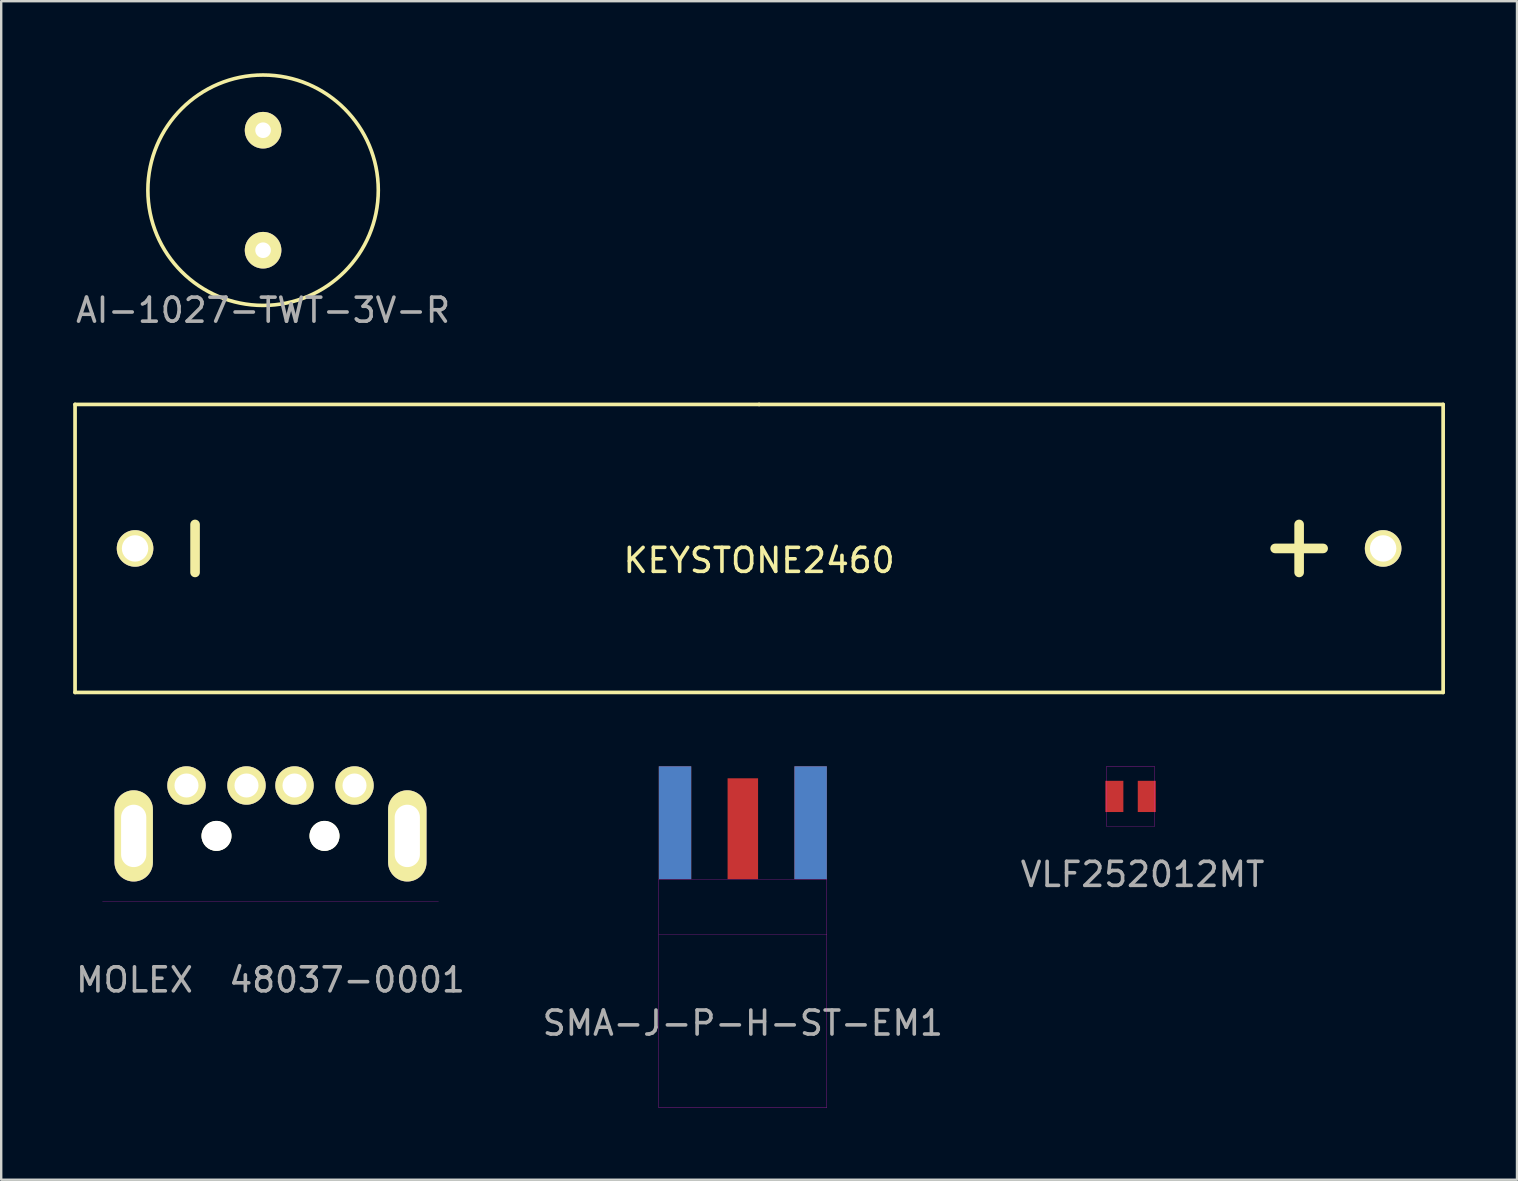
<source format=kicad_pcb>
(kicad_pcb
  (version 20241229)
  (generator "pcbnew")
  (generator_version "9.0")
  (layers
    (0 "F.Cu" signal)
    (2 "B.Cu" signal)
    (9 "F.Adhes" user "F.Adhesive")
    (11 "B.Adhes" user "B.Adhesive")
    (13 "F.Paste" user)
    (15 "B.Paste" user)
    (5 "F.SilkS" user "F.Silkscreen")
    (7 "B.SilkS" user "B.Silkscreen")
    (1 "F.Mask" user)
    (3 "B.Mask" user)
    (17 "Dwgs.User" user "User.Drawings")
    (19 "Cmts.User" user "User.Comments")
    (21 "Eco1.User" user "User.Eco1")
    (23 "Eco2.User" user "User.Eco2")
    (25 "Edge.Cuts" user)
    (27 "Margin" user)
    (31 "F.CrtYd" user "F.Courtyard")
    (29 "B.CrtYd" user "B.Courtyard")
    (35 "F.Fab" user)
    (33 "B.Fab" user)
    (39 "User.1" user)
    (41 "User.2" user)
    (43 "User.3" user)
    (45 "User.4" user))
  (footprint "AI-1027-TWT-3V-R"
    (layer "F.Cu")
    (at 7.911 4.875)
    (property "Reference" "AI-1027-TWT-3V-R" (at 0 5 0) (layer "F.Fab") (effects (font (size 1 1) (thickness 0.15))))
    (attr through_hole)
    (fp_circle (center 0 0) (end 4.8 0) (stroke (width 0.15) (type solid)) (fill no) (layer "F.SilkS"))
    (pad "1" thru_hole circle (at 0 -2.5) (size 1.524 1.524) (drill 0.65) (layers "*.Cu" "*.Mask" "F.SilkS"))
    (pad "2" thru_hole circle (at 0 2.5) (size 1.524 1.524) (drill 0.65) (layers "*.Cu" "*.Mask" "F.SilkS")))
  (footprint "SMA-J-P-H-ST-EM1"
    (layer "F.Cu")
    (at 27.899 33.577)
    (property "Reference" "SMA-J-P-H-ST-EM1" (at 0 6 0) (layer "F.Fab") (effects (font (size 1 1) (thickness 0.15))))
    (attr through_hole)
    (fp_line (start -3.5 0) (end -3.5 9.5) (stroke (width 0.01) (type solid)) (layer "F.CrtYd"))
    (fp_line (start -3.5 0) (end 3.5 0) (stroke (width 0.01) (type solid)) (layer "F.CrtYd"))
    (fp_line (start -3.5 9.5) (end -3.5 9.52) (stroke (width 0.01) (type solid)) (layer "F.CrtYd"))
    (fp_line (start 3.5 0) (end 3.5 9.52) (stroke (width 0.01) (type solid)) (layer "F.CrtYd"))
    (fp_line (start 3.5 2.3) (end -3.5 2.3) (stroke (width 0.01) (type solid)) (layer "F.CrtYd"))
    (fp_line (start 3.5 9.52) (end -3.5 9.52) (stroke (width 0.01) (type solid)) (layer "F.CrtYd"))
    (pad "1" smd rect (at 0 -2.1) (size 1.27 4.2) (layers "F.Cu" "F.Mask" "F.Paste"))
    (pad "2" smd rect (at -2.825 -2.35) (size 1.35 4.7) (layers "F.Cu" "F.Mask" "F.Paste"))
    (pad "3" smd rect (at 2.825 -2.35) (size 1.35 4.7) (layers "F.Cu" "F.Mask" "F.Paste"))
    (pad "4" smd rect (at -2.825 -2.35) (size 1.35 4.7) (layers "B.Cu" "B.Mask" "B.Adhes"))
    (pad "5" smd rect (at 2.825 -2.35) (size 1.35 4.7) (layers "B.Cu" "B.Mask" "B.Adhes")))
  (footprint "VLF252012MT"
    (layer "F.Cu")
    (at 44.054 30.132)
    (property "Reference" "VLF252012MT" (at 0.5 3.25 0) (layer "F.Fab") (effects (font (size 1 1) (thickness 0.15))))
    (attr through_hole)
    (fp_line (start -1 -1.25) (end 0 -1.25) (stroke (width 0.01) (type solid)) (layer "F.CrtYd"))
    (fp_line (start -1 1.25) (end -1 -1.25) (stroke (width 0.01) (type solid)) (layer "F.CrtYd"))
    (fp_line (start 0 -1.25) (end 1 -1.25) (stroke (width 0.01) (type solid)) (layer "F.CrtYd"))
    (fp_line (start 1 -1.25) (end 1 1.25) (stroke (width 0.01) (type solid)) (layer "F.CrtYd"))
    (fp_line (start 1 1.25) (end -1 1.25) (stroke (width 0.01) (type solid)) (layer "F.CrtYd"))
    (pad "1" smd rect (at -0.675 0) (size 0.75 1.3) (layers "F.Cu" "F.Mask" "F.Paste"))
    (pad "2" smd rect (at 0.675 0) (size 0.75 1.3) (layers "F.Cu" "F.Mask" "F.Paste")))
  (footprint "MOLEX  48037-0001"
    (layer "F.Cu")
    (at 8.22 31.777)
    (property "Reference" "MOLEX  48037-0001" (at 0 6 0) (layer "F.Fab") (effects (font (size 1 1) (thickness 0.15))))
    (attr through_hole)
    (fp_line (start 7 2.75) (end -7 2.75) (stroke (width 0.01) (type solid)) (layer "F.CrtYd"))
    (pad "" np_thru_hole circle (at -2.25 0) (size 1.25 1.25) (drill 1.25) (layers "*.Cu" "*.Mask" "F.SilkS"))
    (pad "" np_thru_hole circle (at 2.25 0) (size 1.25 1.25) (drill 1.25) (layers "*.Cu" "*.Mask" "F.SilkS"))
    (pad "1" thru_hole circle (at 3.5 -2.1) (size 1.6 1.6) (drill 1) (layers "*.Cu" "*.Mask" "F.SilkS"))
    (pad "2" thru_hole circle (at 1 -2.1) (size 1.6 1.6) (drill 1) (layers "*.Cu" "*.Mask" "F.SilkS"))
    (pad "3" thru_hole circle (at -1 -2.1) (size 1.6 1.6) (drill 1) (layers "*.Cu" "*.Mask" "F.SilkS"))
    (pad "4" thru_hole circle (at -3.5 -2.1) (size 1.6 1.6) (drill 1) (layers "*.Cu" "*.Mask" "F.SilkS"))
    (pad "5" thru_hole oval (at 5.7 0) (size 1.6 3.8) (drill oval 1.05 2.6) (layers "*.Cu" "*.Mask" "F.SilkS"))
    (pad "6" thru_hole oval (at -5.7 0) (size 1.6 3.8) (drill oval 1.05 2.6) (layers "*.Cu" "*.Mask" "F.SilkS")))
  (footprint "KEYSTONE2460"
    (layer "F.Cu")
    (at 28.577 19.8)
    (property "Reference" "KEYSTONE2460" (at 0 0.5 0) (layer "F.SilkS") (effects (font (size 1 1) (thickness 0.15))))
    (attr through_hole)
    (fp_line (start -28.5 6) (end -28.5 -6) (stroke (width 0.154) (type solid)) (layer "F.SilkS"))
    (fp_line (start -23.5 -1) (end -23.5 1) (stroke (width 0.4) (type solid)) (layer "F.SilkS"))
    (fp_line (start -23.5 0) (end -23.5 -1) (stroke (width 0.154) (type solid)) (layer "F.SilkS"))
    (fp_line (start 0 -6) (end -28.5 -6) (stroke (width 0.154) (type solid)) (layer "F.SilkS"))
    (fp_line (start 0 -6) (end 28.5 -6) (stroke (width 0.154) (type solid)) (layer "F.SilkS"))
    (fp_line (start 21.5 0) (end 23.5 0) (stroke (width 0.4) (type solid)) (layer "F.SilkS"))
    (fp_line (start 22.5 -1) (end 22.5 1) (stroke (width 0.4) (type solid)) (layer "F.SilkS"))
    (fp_line (start 28.5 -6) (end 28.5 6) (stroke (width 0.154) (type solid)) (layer "F.SilkS"))
    (fp_line (start 28.5 6) (end -28.5 6) (stroke (width 0.154) (type solid)) (layer "F.SilkS"))
    (pad "1" thru_hole circle (at 26 0) (size 1.524 1.524) (drill 1.1) (layers "*.Cu" "*.Mask" "F.SilkS"))
    (pad "2" thru_hole circle (at -26 0) (size 1.524 1.524) (drill 1.1) (layers "*.Cu" "*.Mask" "F.SilkS")))
  (gr_rect
    (start -3 -3)
    (end 60.154 46.102)
    (stroke (width 0.1) (type default))
    (fill no)
    (layer "Edge.Cuts")))
</source>
